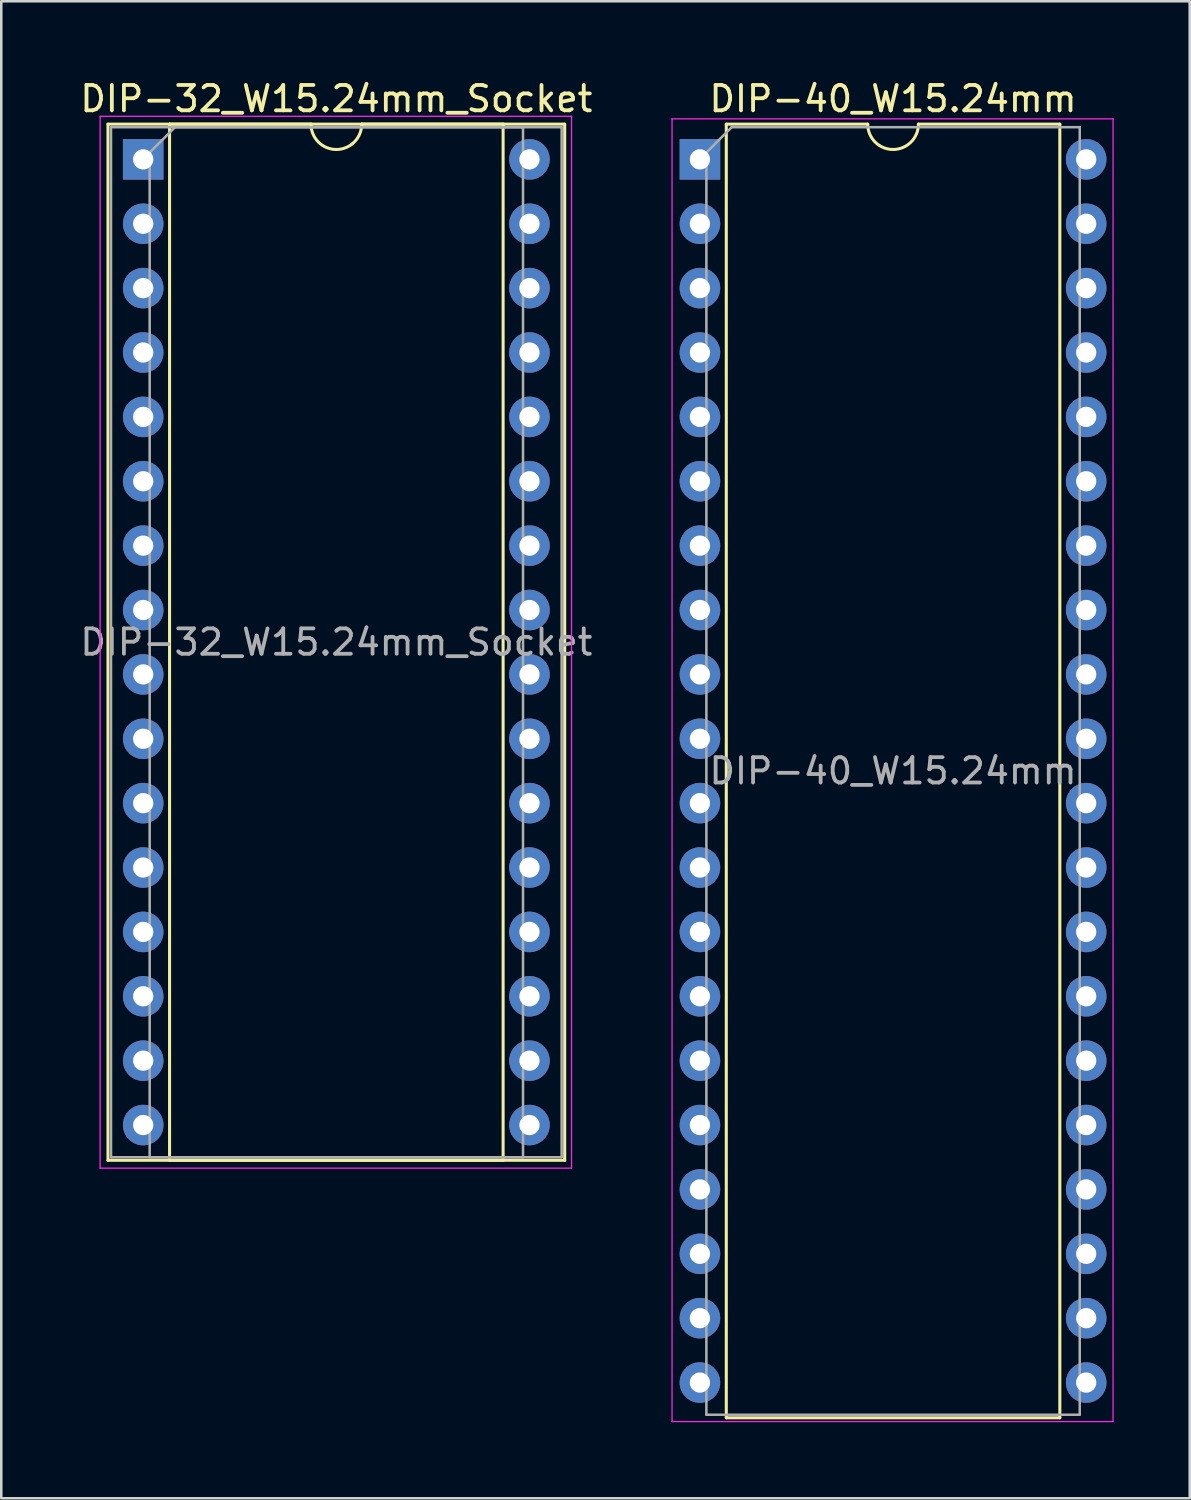
<source format=kicad_pcb>
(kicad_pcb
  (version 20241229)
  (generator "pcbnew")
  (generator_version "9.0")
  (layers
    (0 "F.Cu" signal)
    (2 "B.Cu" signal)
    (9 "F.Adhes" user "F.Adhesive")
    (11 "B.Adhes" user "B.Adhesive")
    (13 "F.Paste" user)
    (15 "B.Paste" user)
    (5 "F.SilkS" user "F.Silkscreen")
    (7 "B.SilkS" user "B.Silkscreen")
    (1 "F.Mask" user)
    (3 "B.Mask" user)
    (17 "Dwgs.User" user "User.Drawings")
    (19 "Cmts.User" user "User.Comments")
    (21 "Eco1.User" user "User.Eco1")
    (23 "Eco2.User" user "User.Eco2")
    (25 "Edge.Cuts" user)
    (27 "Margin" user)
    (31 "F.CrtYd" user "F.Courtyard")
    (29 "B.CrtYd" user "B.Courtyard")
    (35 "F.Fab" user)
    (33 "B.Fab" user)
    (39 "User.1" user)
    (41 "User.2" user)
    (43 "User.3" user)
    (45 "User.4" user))
  (footprint "DIP-40_W15.24mm"
    (layer "F.Cu")
    (at 24.565 3.238)
    (property "Reference" "DIP-40_W15.24mm" (at 7.62 -2.39 0) (layer "F.SilkS") (effects (font (size 1 1) (thickness 0.15))))
    (attr through_hole)
    (fp_line (start 1.04 -1.39) (end 1.04 49.65) (stroke (width 0.12) (type solid)) (layer "F.SilkS"))
    (fp_line (start 1.04 49.65) (end 14.2 49.65) (stroke (width 0.12) (type solid)) (layer "F.SilkS"))
    (fp_line (start 6.62 -1.39) (end 1.04 -1.39) (stroke (width 0.12) (type solid)) (layer "F.SilkS"))
    (fp_line (start 14.2 -1.39) (end 8.62 -1.39) (stroke (width 0.12) (type solid)) (layer "F.SilkS"))
    (fp_line (start 14.2 49.65) (end 14.2 -1.39) (stroke (width 0.12) (type solid)) (layer "F.SilkS"))
    (fp_arc (start 8.62 -1.39) (mid 7.62 -0.39) (end 6.62 -1.39) (stroke (width 0.12) (type solid)) (layer "F.SilkS"))
    (fp_line (start -1.1 -1.6) (end -1.1 49.8) (stroke (width 0.05) (type solid)) (layer "F.CrtYd"))
    (fp_line (start -1.1 49.8) (end 16.3 49.8) (stroke (width 0.05) (type solid)) (layer "F.CrtYd"))
    (fp_line (start 16.3 -1.6) (end -1.1 -1.6) (stroke (width 0.05) (type solid)) (layer "F.CrtYd"))
    (fp_line (start 16.3 49.8) (end 16.3 -1.6) (stroke (width 0.05) (type solid)) (layer "F.CrtYd"))
    (fp_line (start 0.255 -0.27) (end 1.255 -1.27) (stroke (width 0.1) (type solid)) (layer "F.Fab"))
    (fp_line (start 0.255 49.53) (end 0.255 -0.27) (stroke (width 0.1) (type solid)) (layer "F.Fab"))
    (fp_line (start 1.255 -1.27) (end 14.985 -1.27) (stroke (width 0.1) (type solid)) (layer "F.Fab"))
    (fp_line (start 14.985 -1.27) (end 14.985 49.53) (stroke (width 0.1) (type solid)) (layer "F.Fab"))
    (fp_line (start 14.985 49.53) (end 0.255 49.53) (stroke (width 0.1) (type solid)) (layer "F.Fab"))
    (fp_text user "${REFERENCE}" (at 7.62 24.13 0) (layer "F.Fab") (effects (font (size 1 1) (thickness 0.15))))
    (pad "1" thru_hole rect (at 0 0) (size 1.6 1.6) (drill 0.8) (layers "*.Cu" "*.Mask"))
    (pad "2" thru_hole oval (at 0 2.54) (size 1.6 1.6) (drill 0.8) (layers "*.Cu" "*.Mask"))
    (pad "3" thru_hole oval (at 0 5.08) (size 1.6 1.6) (drill 0.8) (layers "*.Cu" "*.Mask"))
    (pad "4" thru_hole oval (at 0 7.62) (size 1.6 1.6) (drill 0.8) (layers "*.Cu" "*.Mask"))
    (pad "5" thru_hole oval (at 0 10.16) (size 1.6 1.6) (drill 0.8) (layers "*.Cu" "*.Mask"))
    (pad "6" thru_hole oval (at 0 12.7) (size 1.6 1.6) (drill 0.8) (layers "*.Cu" "*.Mask"))
    (pad "7" thru_hole oval (at 0 15.24) (size 1.6 1.6) (drill 0.8) (layers "*.Cu" "*.Mask"))
    (pad "8" thru_hole oval (at 0 17.78) (size 1.6 1.6) (drill 0.8) (layers "*.Cu" "*.Mask"))
    (pad "9" thru_hole oval (at 0 20.32) (size 1.6 1.6) (drill 0.8) (layers "*.Cu" "*.Mask"))
    (pad "10" thru_hole oval (at 0 22.86) (size 1.6 1.6) (drill 0.8) (layers "*.Cu" "*.Mask"))
    (pad "11" thru_hole oval (at 0 25.4) (size 1.6 1.6) (drill 0.8) (layers "*.Cu" "*.Mask"))
    (pad "12" thru_hole oval (at 0 27.94) (size 1.6 1.6) (drill 0.8) (layers "*.Cu" "*.Mask"))
    (pad "13" thru_hole oval (at 0 30.48) (size 1.6 1.6) (drill 0.8) (layers "*.Cu" "*.Mask"))
    (pad "14" thru_hole oval (at 0 33.02) (size 1.6 1.6) (drill 0.8) (layers "*.Cu" "*.Mask"))
    (pad "15" thru_hole oval (at 0 35.56) (size 1.6 1.6) (drill 0.8) (layers "*.Cu" "*.Mask"))
    (pad "16" thru_hole oval (at 0 38.1) (size 1.6 1.6) (drill 0.8) (layers "*.Cu" "*.Mask"))
    (pad "17" thru_hole oval (at 0 40.64) (size 1.6 1.6) (drill 0.8) (layers "*.Cu" "*.Mask"))
    (pad "18" thru_hole oval (at 0 43.18) (size 1.6 1.6) (drill 0.8) (layers "*.Cu" "*.Mask"))
    (pad "19" thru_hole oval (at 0 45.72) (size 1.6 1.6) (drill 0.8) (layers "*.Cu" "*.Mask"))
    (pad "20" thru_hole oval (at 0 48.26) (size 1.6 1.6) (drill 0.8) (layers "*.Cu" "*.Mask"))
    (pad "21" thru_hole oval (at 15.24 48.26) (size 1.6 1.6) (drill 0.8) (layers "*.Cu" "*.Mask"))
    (pad "22" thru_hole oval (at 15.24 45.72) (size 1.6 1.6) (drill 0.8) (layers "*.Cu" "*.Mask"))
    (pad "23" thru_hole oval (at 15.24 43.18) (size 1.6 1.6) (drill 0.8) (layers "*.Cu" "*.Mask"))
    (pad "24" thru_hole oval (at 15.24 40.64) (size 1.6 1.6) (drill 0.8) (layers "*.Cu" "*.Mask"))
    (pad "25" thru_hole oval (at 15.24 38.1) (size 1.6 1.6) (drill 0.8) (layers "*.Cu" "*.Mask"))
    (pad "26" thru_hole oval (at 15.24 35.56) (size 1.6 1.6) (drill 0.8) (layers "*.Cu" "*.Mask"))
    (pad "27" thru_hole oval (at 15.24 33.02) (size 1.6 1.6) (drill 0.8) (layers "*.Cu" "*.Mask"))
    (pad "28" thru_hole oval (at 15.24 30.48) (size 1.6 1.6) (drill 0.8) (layers "*.Cu" "*.Mask"))
    (pad "29" thru_hole oval (at 15.24 27.94) (size 1.6 1.6) (drill 0.8) (layers "*.Cu" "*.Mask"))
    (pad "30" thru_hole oval (at 15.24 25.4) (size 1.6 1.6) (drill 0.8) (layers "*.Cu" "*.Mask"))
    (pad "31" thru_hole oval (at 15.24 22.86) (size 1.6 1.6) (drill 0.8) (layers "*.Cu" "*.Mask"))
    (pad "32" thru_hole oval (at 15.24 20.32) (size 1.6 1.6) (drill 0.8) (layers "*.Cu" "*.Mask"))
    (pad "33" thru_hole oval (at 15.24 17.78) (size 1.6 1.6) (drill 0.8) (layers "*.Cu" "*.Mask"))
    (pad "34" thru_hole oval (at 15.24 15.24) (size 1.6 1.6) (drill 0.8) (layers "*.Cu" "*.Mask"))
    (pad "35" thru_hole oval (at 15.24 12.7) (size 1.6 1.6) (drill 0.8) (layers "*.Cu" "*.Mask"))
    (pad "36" thru_hole oval (at 15.24 10.16) (size 1.6 1.6) (drill 0.8) (layers "*.Cu" "*.Mask"))
    (pad "37" thru_hole oval (at 15.24 7.62) (size 1.6 1.6) (drill 0.8) (layers "*.Cu" "*.Mask"))
    (pad "38" thru_hole oval (at 15.24 5.08) (size 1.6 1.6) (drill 0.8) (layers "*.Cu" "*.Mask"))
    (pad "39" thru_hole oval (at 15.24 2.54) (size 1.6 1.6) (drill 0.8) (layers "*.Cu" "*.Mask"))
    (pad "40" thru_hole oval (at 15.24 0) (size 1.6 1.6) (drill 0.8) (layers "*.Cu" "*.Mask")))
  (footprint "DIP-32_W15.24mm_Socket"
    (layer "F.Cu")
    (at 2.6 3.238)
    (property "Reference" "DIP-32_W15.24mm_Socket" (at 7.62 -2.39 0) (layer "F.SilkS") (effects (font (size 1 1) (thickness 0.15))))
    (attr through_hole)
    (fp_line (start -1.39 -1.39) (end -1.39 39.49) (stroke (width 0.12) (type solid)) (layer "F.SilkS"))
    (fp_line (start -1.39 39.49) (end 16.63 39.49) (stroke (width 0.12) (type solid)) (layer "F.SilkS"))
    (fp_line (start 1.04 -1.39) (end 1.04 39.49) (stroke (width 0.12) (type solid)) (layer "F.SilkS"))
    (fp_line (start 1.04 39.49) (end 14.2 39.49) (stroke (width 0.12) (type solid)) (layer "F.SilkS"))
    (fp_line (start 6.62 -1.39) (end 1.04 -1.39) (stroke (width 0.12) (type solid)) (layer "F.SilkS"))
    (fp_line (start 14.2 -1.39) (end 8.62 -1.39) (stroke (width 0.12) (type solid)) (layer "F.SilkS"))
    (fp_line (start 14.2 39.49) (end 14.2 -1.39) (stroke (width 0.12) (type solid)) (layer "F.SilkS"))
    (fp_line (start 16.63 -1.39) (end -1.39 -1.39) (stroke (width 0.12) (type solid)) (layer "F.SilkS"))
    (fp_line (start 16.63 39.49) (end 16.63 -1.39) (stroke (width 0.12) (type solid)) (layer "F.SilkS"))
    (fp_arc (start 8.62 -1.39) (mid 7.62 -0.39) (end 6.62 -1.39) (stroke (width 0.12) (type solid)) (layer "F.SilkS"))
    (fp_line (start -1.7 -1.7) (end -1.7 39.8) (stroke (width 0.05) (type solid)) (layer "F.CrtYd"))
    (fp_line (start -1.7 39.8) (end 16.9 39.8) (stroke (width 0.05) (type solid)) (layer "F.CrtYd"))
    (fp_line (start 16.9 -1.7) (end -1.7 -1.7) (stroke (width 0.05) (type solid)) (layer "F.CrtYd"))
    (fp_line (start 16.9 39.8) (end 16.9 -1.7) (stroke (width 0.05) (type solid)) (layer "F.CrtYd"))
    (fp_line (start -1.27 -1.27) (end -1.27 39.37) (stroke (width 0.1) (type solid)) (layer "F.Fab"))
    (fp_line (start -1.27 39.37) (end 16.51 39.37) (stroke (width 0.1) (type solid)) (layer "F.Fab"))
    (fp_line (start 0.255 -0.27) (end 1.255 -1.27) (stroke (width 0.1) (type solid)) (layer "F.Fab"))
    (fp_line (start 0.255 39.37) (end 0.255 -0.27) (stroke (width 0.1) (type solid)) (layer "F.Fab"))
    (fp_line (start 1.255 -1.27) (end 14.985 -1.27) (stroke (width 0.1) (type solid)) (layer "F.Fab"))
    (fp_line (start 14.985 -1.27) (end 14.985 39.37) (stroke (width 0.1) (type solid)) (layer "F.Fab"))
    (fp_line (start 14.985 39.37) (end 0.255 39.37) (stroke (width 0.1) (type solid)) (layer "F.Fab"))
    (fp_line (start 16.51 -1.27) (end -1.27 -1.27) (stroke (width 0.1) (type solid)) (layer "F.Fab"))
    (fp_line (start 16.51 39.37) (end 16.51 -1.27) (stroke (width 0.1) (type solid)) (layer "F.Fab"))
    (fp_text user "${REFERENCE}" (at 7.62 19.05 0) (layer "F.Fab") (effects (font (size 1 1) (thickness 0.15))))
    (pad "1" thru_hole rect (at 0 0) (size 1.6 1.6) (drill 0.8) (layers "*.Cu" "*.Mask"))
    (pad "2" thru_hole oval (at 0 2.54) (size 1.6 1.6) (drill 0.8) (layers "*.Cu" "*.Mask"))
    (pad "3" thru_hole oval (at 0 5.08) (size 1.6 1.6) (drill 0.8) (layers "*.Cu" "*.Mask"))
    (pad "4" thru_hole oval (at 0 7.62) (size 1.6 1.6) (drill 0.8) (layers "*.Cu" "*.Mask"))
    (pad "5" thru_hole oval (at 0 10.16) (size 1.6 1.6) (drill 0.8) (layers "*.Cu" "*.Mask"))
    (pad "6" thru_hole oval (at 0 12.7) (size 1.6 1.6) (drill 0.8) (layers "*.Cu" "*.Mask"))
    (pad "7" thru_hole oval (at 0 15.24) (size 1.6 1.6) (drill 0.8) (layers "*.Cu" "*.Mask"))
    (pad "8" thru_hole oval (at 0 17.78) (size 1.6 1.6) (drill 0.8) (layers "*.Cu" "*.Mask"))
    (pad "9" thru_hole oval (at 0 20.32) (size 1.6 1.6) (drill 0.8) (layers "*.Cu" "*.Mask"))
    (pad "10" thru_hole oval (at 0 22.86) (size 1.6 1.6) (drill 0.8) (layers "*.Cu" "*.Mask"))
    (pad "11" thru_hole oval (at 0 25.4) (size 1.6 1.6) (drill 0.8) (layers "*.Cu" "*.Mask"))
    (pad "12" thru_hole oval (at 0 27.94) (size 1.6 1.6) (drill 0.8) (layers "*.Cu" "*.Mask"))
    (pad "13" thru_hole oval (at 0 30.48) (size 1.6 1.6) (drill 0.8) (layers "*.Cu" "*.Mask"))
    (pad "14" thru_hole oval (at 0 33.02) (size 1.6 1.6) (drill 0.8) (layers "*.Cu" "*.Mask"))
    (pad "15" thru_hole oval (at 0 35.56) (size 1.6 1.6) (drill 0.8) (layers "*.Cu" "*.Mask"))
    (pad "16" thru_hole oval (at 0 38.1) (size 1.6 1.6) (drill 0.8) (layers "*.Cu" "*.Mask"))
    (pad "17" thru_hole oval (at 15.24 38.1) (size 1.6 1.6) (drill 0.8) (layers "*.Cu" "*.Mask"))
    (pad "18" thru_hole oval (at 15.24 35.56) (size 1.6 1.6) (drill 0.8) (layers "*.Cu" "*.Mask"))
    (pad "19" thru_hole oval (at 15.24 33.02) (size 1.6 1.6) (drill 0.8) (layers "*.Cu" "*.Mask"))
    (pad "20" thru_hole oval (at 15.24 30.48) (size 1.6 1.6) (drill 0.8) (layers "*.Cu" "*.Mask"))
    (pad "21" thru_hole oval (at 15.24 27.94) (size 1.6 1.6) (drill 0.8) (layers "*.Cu" "*.Mask"))
    (pad "22" thru_hole oval (at 15.24 25.4) (size 1.6 1.6) (drill 0.8) (layers "*.Cu" "*.Mask"))
    (pad "23" thru_hole oval (at 15.24 22.86) (size 1.6 1.6) (drill 0.8) (layers "*.Cu" "*.Mask"))
    (pad "24" thru_hole oval (at 15.24 20.32) (size 1.6 1.6) (drill 0.8) (layers "*.Cu" "*.Mask"))
    (pad "25" thru_hole oval (at 15.24 17.78) (size 1.6 1.6) (drill 0.8) (layers "*.Cu" "*.Mask"))
    (pad "26" thru_hole oval (at 15.24 15.24) (size 1.6 1.6) (drill 0.8) (layers "*.Cu" "*.Mask"))
    (pad "27" thru_hole oval (at 15.24 12.7) (size 1.6 1.6) (drill 0.8) (layers "*.Cu" "*.Mask"))
    (pad "28" thru_hole oval (at 15.24 10.16) (size 1.6 1.6) (drill 0.8) (layers "*.Cu" "*.Mask"))
    (pad "29" thru_hole oval (at 15.24 7.62) (size 1.6 1.6) (drill 0.8) (layers "*.Cu" "*.Mask"))
    (pad "30" thru_hole oval (at 15.24 5.08) (size 1.6 1.6) (drill 0.8) (layers "*.Cu" "*.Mask"))
    (pad "31" thru_hole oval (at 15.24 2.54) (size 1.6 1.6) (drill 0.8) (layers "*.Cu" "*.Mask"))
    (pad "32" thru_hole oval (at 15.24 0) (size 1.6 1.6) (drill 0.8) (layers "*.Cu" "*.Mask")))
  (gr_rect
    (start -3 -3)
    (end 43.89 56.063)
    (stroke (width 0.1) (type default))
    (fill no)
    (layer "Edge.Cuts")))
</source>
